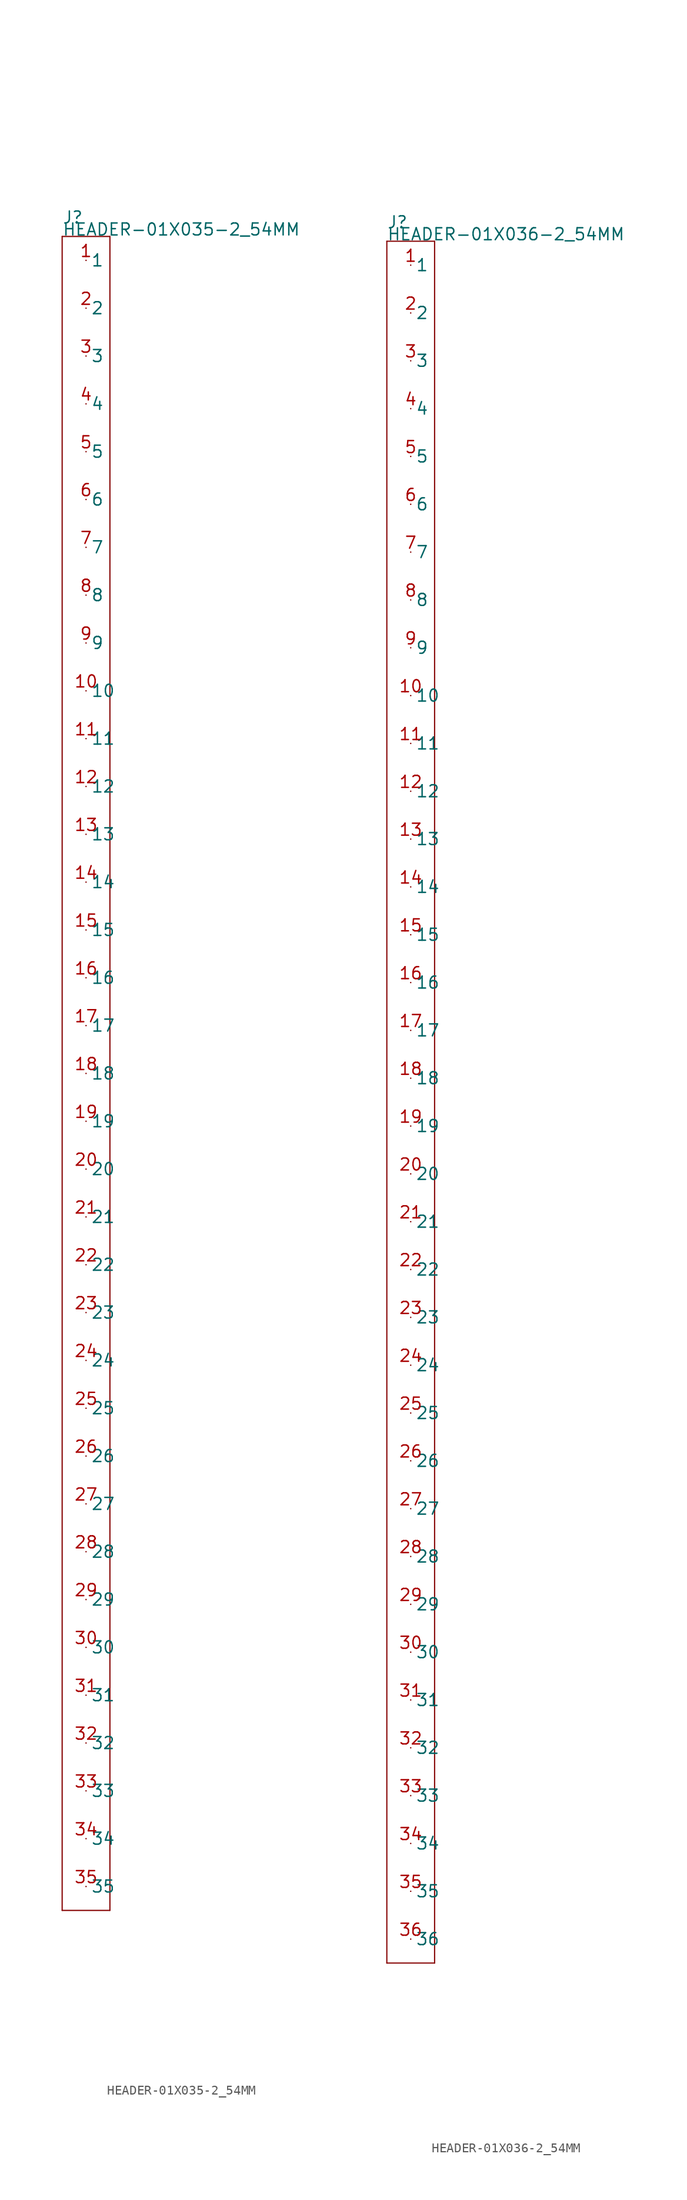
<source format=kicad_sym>
(kicad_symbol_lib
  (version 20211014)
  (generator kicad_symbol_editor)
  (symbol "HEADER-01X035-2_54MM"
    (pin_names)
    (property "Reference" "J"
      (at -2.54 90.17 0)
      (effects (font (size 1.27 1.27)) (justify left bottom)))
    (property "Value" "HEADER-01X035-2_54MM"
      (at -2.54 88.9 0)
      (effects (font (size 1.27 1.27)) (justify left bottom)))
    (property "Datasheet" ""
      (at 0 0 0))
    (property "ki_description" "Header 1x35  - Header Vertical 35POS 2.54MM Technical Specifications: Pitch: 0.1\" (2.54mm) "
      (at 0 0 0))
    (property "ki_fp_filters" "FlashPCB_Connectors:HEADER-THT-01X035-2_54MM FlashPCB_Connectors:HEADER-THT-LONG-01X035-2_54MM FlashPCB_Connectors:HEADER-THT-NOSILK-01X035-2_54MM FlashPCB_Connectors:HEADER-THT-LONG-NOSILK-01X035-2_54MM"
      (at 0 0 0))
    (symbol "HEADER-01X035-2_54MM_1_1"
      (polyline (pts (xy -2.54 88.9) (xy 2.54 88.9)) (stroke (width 0.127)) (fill (type none)))
      (polyline (pts (xy 2.54 88.9) (xy 2.54 -88.9)) (stroke (width 0.127)) (fill (type none)))
      (polyline (pts (xy 2.54 -88.9) (xy -2.54 -88.9)) (stroke (width 0.127)) (fill (type none)))
      (polyline (pts (xy -2.54 -88.9) (xy -2.54 88.9)) (stroke (width 0.127)) (fill (type none)))
      (pin bidirectional line (at 0 86.36 0) (length 0) (name "1" (effects (font (size 1.27 1.27)))) (number "1" (effects (font (size 1.27 1.27)))))
      (pin bidirectional line (at 0 81.28 0) (length 0) (name "2" (effects (font (size 1.27 1.27)))) (number "2" (effects (font (size 1.27 1.27)))))
      (pin bidirectional line (at 0 76.2 0) (length 0) (name "3" (effects (font (size 1.27 1.27)))) (number "3" (effects (font (size 1.27 1.27)))))
      (pin bidirectional line (at 0 71.12 0) (length 0) (name "4" (effects (font (size 1.27 1.27)))) (number "4" (effects (font (size 1.27 1.27)))))
      (pin bidirectional line (at 0 66.04 0) (length 0) (name "5" (effects (font (size 1.27 1.27)))) (number "5" (effects (font (size 1.27 1.27)))))
      (pin bidirectional line (at 0 60.96 0) (length 0) (name "6" (effects (font (size 1.27 1.27)))) (number "6" (effects (font (size 1.27 1.27)))))
      (pin bidirectional line (at 0 55.88 0) (length 0) (name "7" (effects (font (size 1.27 1.27)))) (number "7" (effects (font (size 1.27 1.27)))))
      (pin bidirectional line (at 0 50.8 0) (length 0) (name "8" (effects (font (size 1.27 1.27)))) (number "8" (effects (font (size 1.27 1.27)))))
      (pin bidirectional line (at 0 45.72 0) (length 0) (name "9" (effects (font (size 1.27 1.27)))) (number "9" (effects (font (size 1.27 1.27)))))
      (pin bidirectional line (at 0 40.64 0) (length 0) (name "10" (effects (font (size 1.27 1.27)))) (number "10" (effects (font (size 1.27 1.27)))))
      (pin bidirectional line (at 0 35.56 0) (length 0) (name "11" (effects (font (size 1.27 1.27)))) (number "11" (effects (font (size 1.27 1.27)))))
      (pin bidirectional line (at 0 30.48 0) (length 0) (name "12" (effects (font (size 1.27 1.27)))) (number "12" (effects (font (size 1.27 1.27)))))
      (pin bidirectional line (at 0 25.4 0) (length 0) (name "13" (effects (font (size 1.27 1.27)))) (number "13" (effects (font (size 1.27 1.27)))))
      (pin bidirectional line (at 0 20.32 0) (length 0) (name "14" (effects (font (size 1.27 1.27)))) (number "14" (effects (font (size 1.27 1.27)))))
      (pin bidirectional line (at 0 15.24 0) (length 0) (name "15" (effects (font (size 1.27 1.27)))) (number "15" (effects (font (size 1.27 1.27)))))
      (pin bidirectional line (at 0 10.16 0) (length 0) (name "16" (effects (font (size 1.27 1.27)))) (number "16" (effects (font (size 1.27 1.27)))))
      (pin bidirectional line (at 0 5.08 0) (length 0) (name "17" (effects (font (size 1.27 1.27)))) (number "17" (effects (font (size 1.27 1.27)))))
      (pin bidirectional line (at 0 0 0) (length 0) (name "18" (effects (font (size 1.27 1.27)))) (number "18" (effects (font (size 1.27 1.27)))))
      (pin bidirectional line (at 0 -5.08 0) (length 0) (name "19" (effects (font (size 1.27 1.27)))) (number "19" (effects (font (size 1.27 1.27)))))
      (pin bidirectional line (at 0 -10.16 0) (length 0) (name "20" (effects (font (size 1.27 1.27)))) (number "20" (effects (font (size 1.27 1.27)))))
      (pin bidirectional line (at 0 -15.24 0) (length 0) (name "21" (effects (font (size 1.27 1.27)))) (number "21" (effects (font (size 1.27 1.27)))))
      (pin bidirectional line (at 0 -20.32 0) (length 0) (name "22" (effects (font (size 1.27 1.27)))) (number "22" (effects (font (size 1.27 1.27)))))
      (pin bidirectional line (at 0 -25.4 0) (length 0) (name "23" (effects (font (size 1.27 1.27)))) (number "23" (effects (font (size 1.27 1.27)))))
      (pin bidirectional line (at 0 -30.48 0) (length 0) (name "24" (effects (font (size 1.27 1.27)))) (number "24" (effects (font (size 1.27 1.27)))))
      (pin bidirectional line (at 0 -35.56 0) (length 0) (name "25" (effects (font (size 1.27 1.27)))) (number "25" (effects (font (size 1.27 1.27)))))
      (pin bidirectional line (at 0 -40.64 0) (length 0) (name "26" (effects (font (size 1.27 1.27)))) (number "26" (effects (font (size 1.27 1.27)))))
      (pin bidirectional line (at 0 -45.72 0) (length 0) (name "27" (effects (font (size 1.27 1.27)))) (number "27" (effects (font (size 1.27 1.27)))))
      (pin bidirectional line (at 0 -50.8 0) (length 0) (name "28" (effects (font (size 1.27 1.27)))) (number "28" (effects (font (size 1.27 1.27)))))
      (pin bidirectional line (at 0 -55.88 0) (length 0) (name "29" (effects (font (size 1.27 1.27)))) (number "29" (effects (font (size 1.27 1.27)))))
      (pin bidirectional line (at 0 -60.96 0) (length 0) (name "30" (effects (font (size 1.27 1.27)))) (number "30" (effects (font (size 1.27 1.27)))))
      (pin bidirectional line (at 0 -66.04 0) (length 0) (name "31" (effects (font (size 1.27 1.27)))) (number "31" (effects (font (size 1.27 1.27)))))
      (pin bidirectional line (at 0 -71.12 0) (length 0) (name "32" (effects (font (size 1.27 1.27)))) (number "32" (effects (font (size 1.27 1.27)))))
      (pin bidirectional line (at 0 -76.2 0) (length 0) (name "33" (effects (font (size 1.27 1.27)))) (number "33" (effects (font (size 1.27 1.27)))))
      (pin bidirectional line (at 0 -81.28 0) (length 0) (name "34" (effects (font (size 1.27 1.27)))) (number "34" (effects (font (size 1.27 1.27)))))
      (pin bidirectional line (at 0 -86.36 0) (length 0) (name "35" (effects (font (size 1.27 1.27)))) (number "35" (effects (font (size 1.27 1.27)))))))
  (symbol "HEADER-01X036-2_54MM"
    (pin_names)
    (property "Reference" "J"
      (at -2.54 92.71 0)
      (effects (font (size 1.27 1.27)) (justify left bottom)))
    (property "Value" "HEADER-01X036-2_54MM"
      (at -2.54 91.44 0)
      (effects (font (size 1.27 1.27)) (justify left bottom)))
    (property "Datasheet" ""
      (at 0 0 0))
    (property "ki_description" "Header 1x36  - Header Vertical 36POS 2.54MM Technical Specifications: Pitch: 0.1\" (2.54mm) "
      (at 0 0 0))
    (property "ki_fp_filters" "FlashPCB_Connectors:HEADER-THT-01X036-2_54MM FlashPCB_Connectors:HEADER-THT-LONG-01X036-2_54MM FlashPCB_Connectors:HEADER-THT-NOSILK-01X036-2_54MM FlashPCB_Connectors:HEADER-THT-LONG-NOSILK-01X036-2_54MM"
      (at 0 0 0))
    (symbol "HEADER-01X036-2_54MM_1_1"
      (polyline (pts (xy -2.54 91.44) (xy 2.54 91.44)) (stroke (width 0.127)) (fill (type none)))
      (polyline (pts (xy 2.54 91.44) (xy 2.54 -91.44)) (stroke (width 0.127)) (fill (type none)))
      (polyline (pts (xy 2.54 -91.44) (xy -2.54 -91.44)) (stroke (width 0.127)) (fill (type none)))
      (polyline (pts (xy -2.54 -91.44) (xy -2.54 91.44)) (stroke (width 0.127)) (fill (type none)))
      (pin bidirectional line (at 0 88.9 0) (length 0) (name "1" (effects (font (size 1.27 1.27)))) (number "1" (effects (font (size 1.27 1.27)))))
      (pin bidirectional line (at 0 83.82 0) (length 0) (name "2" (effects (font (size 1.27 1.27)))) (number "2" (effects (font (size 1.27 1.27)))))
      (pin bidirectional line (at 0 78.74 0) (length 0) (name "3" (effects (font (size 1.27 1.27)))) (number "3" (effects (font (size 1.27 1.27)))))
      (pin bidirectional line (at 0 73.66 0) (length 0) (name "4" (effects (font (size 1.27 1.27)))) (number "4" (effects (font (size 1.27 1.27)))))
      (pin bidirectional line (at 0 68.58 0) (length 0) (name "5" (effects (font (size 1.27 1.27)))) (number "5" (effects (font (size 1.27 1.27)))))
      (pin bidirectional line (at 0 63.5 0) (length 0) (name "6" (effects (font (size 1.27 1.27)))) (number "6" (effects (font (size 1.27 1.27)))))
      (pin bidirectional line (at 0 58.42 0) (length 0) (name "7" (effects (font (size 1.27 1.27)))) (number "7" (effects (font (size 1.27 1.27)))))
      (pin bidirectional line (at 0 53.34 0) (length 0) (name "8" (effects (font (size 1.27 1.27)))) (number "8" (effects (font (size 1.27 1.27)))))
      (pin bidirectional line (at 0 48.26 0) (length 0) (name "9" (effects (font (size 1.27 1.27)))) (number "9" (effects (font (size 1.27 1.27)))))
      (pin bidirectional line (at 0 43.18 0) (length 0) (name "10" (effects (font (size 1.27 1.27)))) (number "10" (effects (font (size 1.27 1.27)))))
      (pin bidirectional line (at 0 38.1 0) (length 0) (name "11" (effects (font (size 1.27 1.27)))) (number "11" (effects (font (size 1.27 1.27)))))
      (pin bidirectional line (at 0 33.02 0) (length 0) (name "12" (effects (font (size 1.27 1.27)))) (number "12" (effects (font (size 1.27 1.27)))))
      (pin bidirectional line (at 0 27.94 0) (length 0) (name "13" (effects (font (size 1.27 1.27)))) (number "13" (effects (font (size 1.27 1.27)))))
      (pin bidirectional line (at 0 22.86 0) (length 0) (name "14" (effects (font (size 1.27 1.27)))) (number "14" (effects (font (size 1.27 1.27)))))
      (pin bidirectional line (at 0 17.78 0) (length 0) (name "15" (effects (font (size 1.27 1.27)))) (number "15" (effects (font (size 1.27 1.27)))))
      (pin bidirectional line (at 0 12.7 0) (length 0) (name "16" (effects (font (size 1.27 1.27)))) (number "16" (effects (font (size 1.27 1.27)))))
      (pin bidirectional line (at 0 7.62 0) (length 0) (name "17" (effects (font (size 1.27 1.27)))) (number "17" (effects (font (size 1.27 1.27)))))
      (pin bidirectional line (at 0 2.54 0) (length 0) (name "18" (effects (font (size 1.27 1.27)))) (number "18" (effects (font (size 1.27 1.27)))))
      (pin bidirectional line (at 0 -2.54 0) (length 0) (name "19" (effects (font (size 1.27 1.27)))) (number "19" (effects (font (size 1.27 1.27)))))
      (pin bidirectional line (at 0 -7.62 0) (length 0) (name "20" (effects (font (size 1.27 1.27)))) (number "20" (effects (font (size 1.27 1.27)))))
      (pin bidirectional line (at 0 -12.7 0) (length 0) (name "21" (effects (font (size 1.27 1.27)))) (number "21" (effects (font (size 1.27 1.27)))))
      (pin bidirectional line (at 0 -17.78 0) (length 0) (name "22" (effects (font (size 1.27 1.27)))) (number "22" (effects (font (size 1.27 1.27)))))
      (pin bidirectional line (at 0 -22.86 0) (length 0) (name "23" (effects (font (size 1.27 1.27)))) (number "23" (effects (font (size 1.27 1.27)))))
      (pin bidirectional line (at 0 -27.94 0) (length 0) (name "24" (effects (font (size 1.27 1.27)))) (number "24" (effects (font (size 1.27 1.27)))))
      (pin bidirectional line (at 0 -33.02 0) (length 0) (name "25" (effects (font (size 1.27 1.27)))) (number "25" (effects (font (size 1.27 1.27)))))
      (pin bidirectional line (at 0 -38.1 0) (length 0) (name "26" (effects (font (size 1.27 1.27)))) (number "26" (effects (font (size 1.27 1.27)))))
      (pin bidirectional line (at 0 -43.18 0) (length 0) (name "27" (effects (font (size 1.27 1.27)))) (number "27" (effects (font (size 1.27 1.27)))))
      (pin bidirectional line (at 0 -48.26 0) (length 0) (name "28" (effects (font (size 1.27 1.27)))) (number "28" (effects (font (size 1.27 1.27)))))
      (pin bidirectional line (at 0 -53.34 0) (length 0) (name "29" (effects (font (size 1.27 1.27)))) (number "29" (effects (font (size 1.27 1.27)))))
      (pin bidirectional line (at 0 -58.42 0) (length 0) (name "30" (effects (font (size 1.27 1.27)))) (number "30" (effects (font (size 1.27 1.27)))))
      (pin bidirectional line (at 0 -63.5 0) (length 0) (name "31" (effects (font (size 1.27 1.27)))) (number "31" (effects (font (size 1.27 1.27)))))
      (pin bidirectional line (at 0 -68.58 0) (length 0) (name "32" (effects (font (size 1.27 1.27)))) (number "32" (effects (font (size 1.27 1.27)))))
      (pin bidirectional line (at 0 -73.66 0) (length 0) (name "33" (effects (font (size 1.27 1.27)))) (number "33" (effects (font (size 1.27 1.27)))))
      (pin bidirectional line (at 0 -78.74 0) (length 0) (name "34" (effects (font (size 1.27 1.27)))) (number "34" (effects (font (size 1.27 1.27)))))
      (pin bidirectional line (at 0 -83.82 0) (length 0) (name "35" (effects (font (size 1.27 1.27)))) (number "35" (effects (font (size 1.27 1.27)))))
      (pin bidirectional line (at 0 -88.9 0) (length 0) (name "36" (effects (font (size 1.27 1.27)))) (number "36" (effects (font (size 1.27 1.27))))))))
</source>
